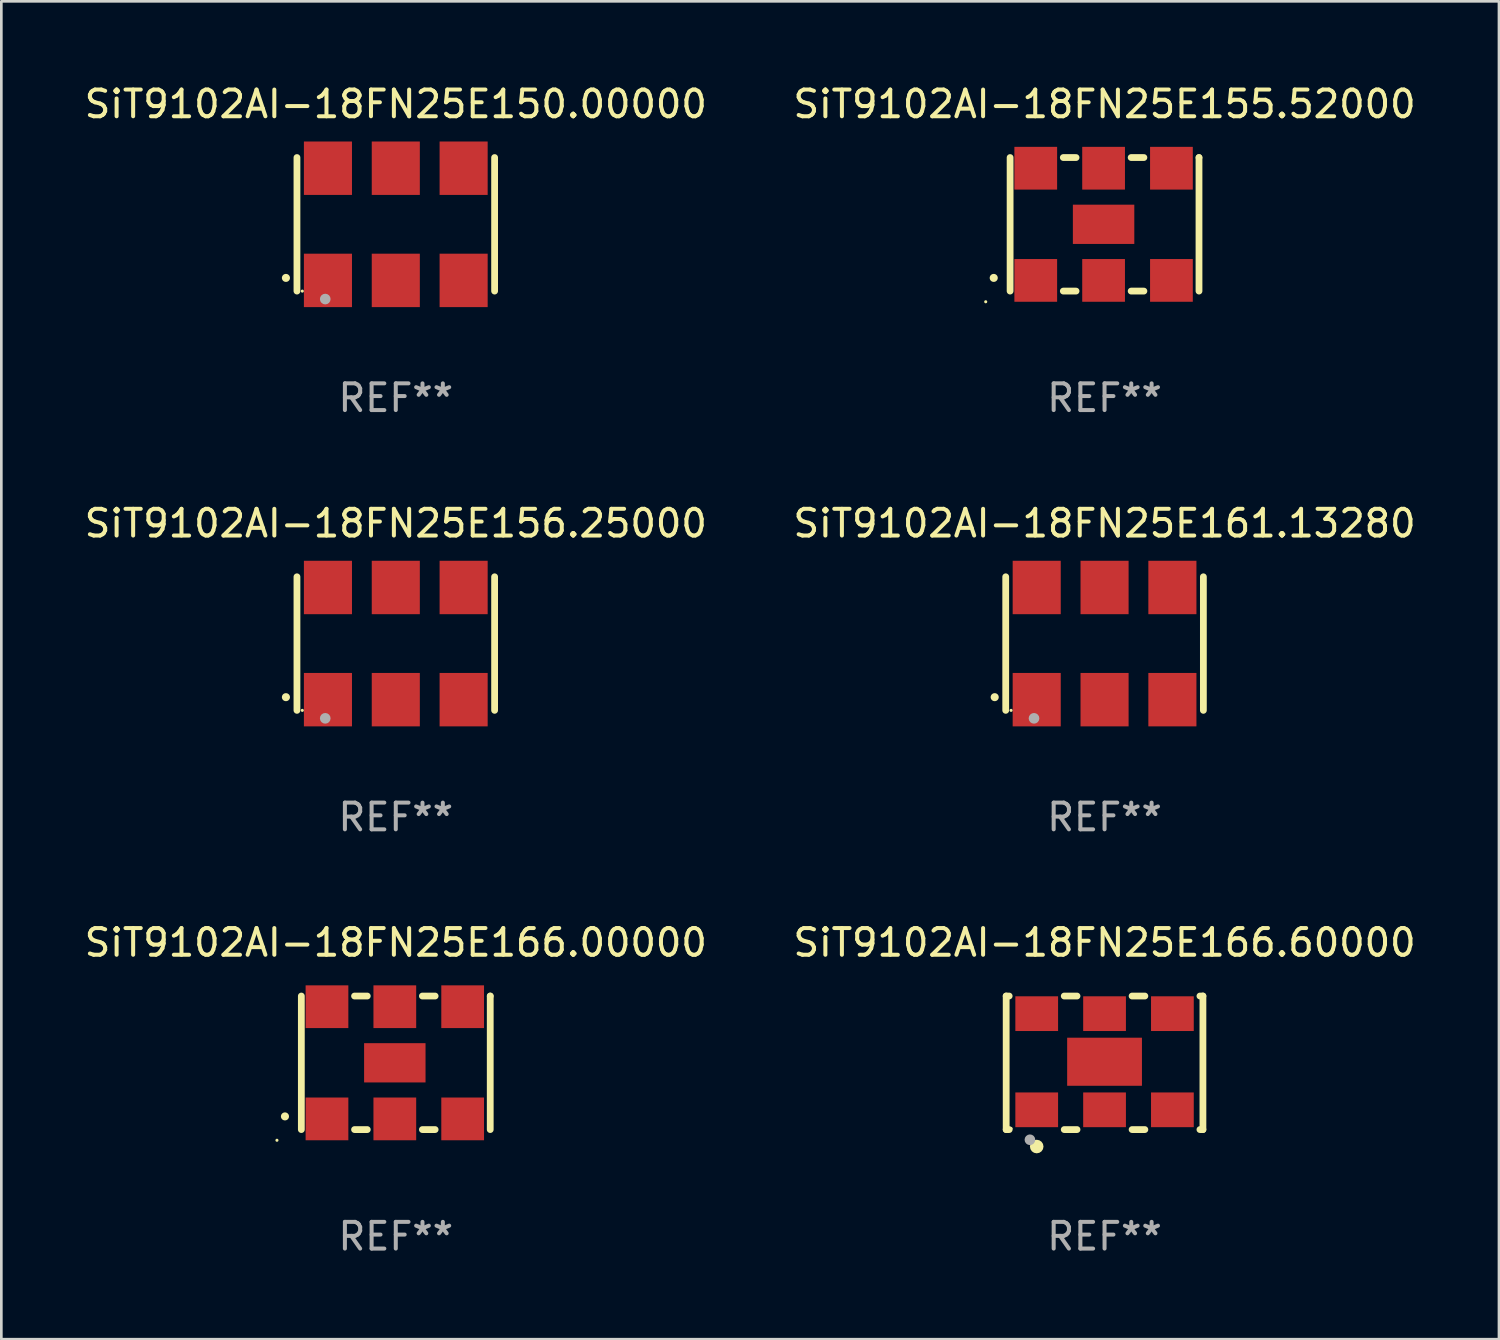
<source format=kicad_pcb>
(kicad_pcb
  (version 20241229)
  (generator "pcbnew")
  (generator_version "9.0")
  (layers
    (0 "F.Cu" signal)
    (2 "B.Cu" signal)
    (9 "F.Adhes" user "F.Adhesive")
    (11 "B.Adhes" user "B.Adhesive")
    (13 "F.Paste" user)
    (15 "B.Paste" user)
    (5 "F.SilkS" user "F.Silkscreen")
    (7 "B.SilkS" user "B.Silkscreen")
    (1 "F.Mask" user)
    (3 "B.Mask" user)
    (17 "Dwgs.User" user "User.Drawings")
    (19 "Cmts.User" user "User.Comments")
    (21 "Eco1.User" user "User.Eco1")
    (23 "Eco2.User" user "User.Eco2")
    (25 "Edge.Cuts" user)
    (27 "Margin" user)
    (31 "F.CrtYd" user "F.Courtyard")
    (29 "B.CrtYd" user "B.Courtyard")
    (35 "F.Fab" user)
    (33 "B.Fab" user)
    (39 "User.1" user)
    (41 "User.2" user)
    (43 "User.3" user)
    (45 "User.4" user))
  (footprint "SiT9102AI-18FN25E166.60000"
    (layer "F.Cu")
    (at 38.304 36.741)
    (property "Reference" "SiT9102AI-18FN25E166.60000" (at 0 -4.5 0) (layer "F.SilkS") (effects (font (size 1 1) (thickness 0.15))))
    (attr through_hole)
    (fp_line (start -3.683 -2.5) (end -3.571 -2.5) (stroke (width 0.254) (type solid)) (layer "F.SilkS"))
    (fp_line (start -3.683 2.5) (end -3.683 -2.5) (stroke (width 0.254) (type solid)) (layer "F.SilkS"))
    (fp_line (start -3.683 2.5) (end -3.571 2.5) (stroke (width 0.254) (type solid)) (layer "F.SilkS"))
    (fp_line (start -1.509 -2.5) (end -1.031 -2.5) (stroke (width 0.254) (type solid)) (layer "F.SilkS"))
    (fp_line (start -1.509 2.5) (end -1.031 2.5) (stroke (width 0.254) (type solid)) (layer "F.SilkS"))
    (fp_line (start 1.031 -2.5) (end 1.509 -2.5) (stroke (width 0.254) (type solid)) (layer "F.SilkS"))
    (fp_line (start 1.031 2.5) (end 1.509 2.5) (stroke (width 0.254) (type solid)) (layer "F.SilkS"))
    (fp_line (start 3.571 -2.5) (end 3.683 -2.5) (stroke (width 0.254) (type solid)) (layer "F.SilkS"))
    (fp_line (start 3.571 2.5) (end 3.683 2.5) (stroke (width 0.254) (type solid)) (layer "F.SilkS"))
    (fp_line (start 3.683 2.5) (end 3.683 -2.5) (stroke (width 0.254) (type solid)) (layer "F.SilkS"))
    (fp_circle (center -3.5 2.46) (end -3.47 2.46) (stroke (width 0.06) (type solid)) (fill no) (layer "F.SilkS"))
    (fp_circle (center -2.54 3.135) (end -2.413 3.135) (stroke (width 0.254) (type solid)) (fill no) (layer "F.SilkS"))
    (fp_circle (center -2.794 2.881) (end -2.694 2.881) (stroke (width 0.2) (type solid)) (fill no) (layer "F.Fab"))
    (fp_text user "REF**" (at 0 6.5 0) (layer "F.Fab") (effects (font (size 1 1) (thickness 0.15))))
    (pad "1" smd rect (at -2.54 1.76) (size 1.6 1.3) (layers "F.Cu" "F.Mask" "F.Paste"))
    (pad "2" smd rect (at 0 1.76) (size 1.6 1.3) (layers "F.Cu" "F.Mask" "F.Paste"))
    (pad "3" smd rect (at 2.54 1.76) (size 1.6 1.3) (layers "F.Cu" "F.Mask" "F.Paste"))
    (pad "4" smd rect (at 2.54 -1.84) (size 1.6 1.3) (layers "F.Cu" "F.Mask" "F.Paste"))
    (pad "5" smd rect (at 0 -1.84) (size 1.6 1.3) (layers "F.Cu" "F.Mask" "F.Paste"))
    (pad "6" smd rect (at -2.54 -1.84) (size 1.6 1.3) (layers "F.Cu" "F.Mask" "F.Paste"))
    (pad "7" smd rect (at 0 -0.04) (size 2.8 1.8) (layers "F.Cu" "F.Mask" "F.Paste")))
  (footprint "SiT9102AI-18FN25E156.25000"
    (layer "F.Cu")
    (at 11.768 21.045)
    (property "Reference" "SiT9102AI-18FN25E156.25000" (at 0 -4.5 0) (layer "F.SilkS") (effects (font (size 1 1) (thickness 0.15))))
    (attr through_hole)
    (fp_line (start -3.7 -2.5) (end -3.7 2.5) (stroke (width 0.254) (type solid)) (layer "F.SilkS"))
    (fp_line (start 3.7 -2.5) (end 3.7 2.5) (stroke (width 0.254) (type solid)) (layer "F.SilkS"))
    (fp_arc (start -4.114415 2.006604) (mid -4.113145 2.006599) (end -4.111875 2.006604) (stroke (width 0.3) (type solid)) (layer "F.SilkS"))
    (fp_circle (center -3.5 2.501) (end -3.47 2.501) (stroke (width 0.06) (type solid)) (fill no) (layer "F.SilkS"))
    (fp_circle (center -2.641 2.799) (end -2.541 2.799) (stroke (width 0.2) (type solid)) (fill no) (layer "F.Fab"))
    (fp_text user "REF**" (at 0 6.5 0) (layer "F.Fab") (effects (font (size 1 1) (thickness 0.15))))
    (pad "1" smd rect (at -2.54 2.1) (size 1.8 2) (layers "F.Cu" "F.Mask" "F.Paste"))
    (pad "2" smd rect (at 0.000394 2.1) (size 1.8 2) (layers "F.Cu" "F.Mask" "F.Paste"))
    (pad "3" smd rect (at 2.54 2.1) (size 1.8 2) (layers "F.Cu" "F.Mask" "F.Paste"))
    (pad "4" smd rect (at 2.54 -2.1) (size 1.8 2) (layers "F.Cu" "F.Mask" "F.Paste"))
    (pad "5" smd rect (at 0.000394 -2.1) (size 1.8 2) (layers "F.Cu" "F.Mask" "F.Paste"))
    (pad "6" smd rect (at -2.54 -2.1) (size 1.8 2) (layers "F.Cu" "F.Mask" "F.Paste")))
  (footprint "SiT9102AI-18FN25E150.00000"
    (layer "F.Cu")
    (at 11.768 5.348)
    (property "Reference" "SiT9102AI-18FN25E150.00000" (at 0 -4.5 0) (layer "F.SilkS") (effects (font (size 1 1) (thickness 0.15))))
    (attr through_hole)
    (fp_line (start -3.7 -2.5) (end -3.7 2.5) (stroke (width 0.254) (type solid)) (layer "F.SilkS"))
    (fp_line (start 3.7 -2.5) (end 3.7 2.5) (stroke (width 0.254) (type solid)) (layer "F.SilkS"))
    (fp_arc (start -4.114415 2.006604) (mid -4.113145 2.006599) (end -4.111875 2.006604) (stroke (width 0.3) (type solid)) (layer "F.SilkS"))
    (fp_circle (center -3.5 2.501) (end -3.47 2.501) (stroke (width 0.06) (type solid)) (fill no) (layer "F.SilkS"))
    (fp_circle (center -2.641 2.799) (end -2.541 2.799) (stroke (width 0.2) (type solid)) (fill no) (layer "F.Fab"))
    (fp_text user "REF**" (at 0 6.5 0) (layer "F.Fab") (effects (font (size 1 1) (thickness 0.15))))
    (pad "1" smd rect (at -2.54 2.1) (size 1.8 2) (layers "F.Cu" "F.Mask" "F.Paste"))
    (pad "2" smd rect (at 0.000394 2.1) (size 1.8 2) (layers "F.Cu" "F.Mask" "F.Paste"))
    (pad "3" smd rect (at 2.54 2.1) (size 1.8 2) (layers "F.Cu" "F.Mask" "F.Paste"))
    (pad "4" smd rect (at 2.54 -2.1) (size 1.8 2) (layers "F.Cu" "F.Mask" "F.Paste"))
    (pad "5" smd rect (at 0.000394 -2.1) (size 1.8 2) (layers "F.Cu" "F.Mask" "F.Paste"))
    (pad "6" smd rect (at -2.54 -2.1) (size 1.8 2) (layers "F.Cu" "F.Mask" "F.Paste")))
  (footprint "SiT9102AI-18FN25E161.13280"
    (layer "F.Cu")
    (at 38.304 21.045)
    (property "Reference" "SiT9102AI-18FN25E161.13280" (at 0 -4.5 0) (layer "F.SilkS") (effects (font (size 1 1) (thickness 0.15))))
    (attr through_hole)
    (fp_line (start -3.7 -2.5) (end -3.7 2.5) (stroke (width 0.254) (type solid)) (layer "F.SilkS"))
    (fp_line (start 3.7 -2.5) (end 3.7 2.5) (stroke (width 0.254) (type solid)) (layer "F.SilkS"))
    (fp_arc (start -4.114415 2.006604) (mid -4.113145 2.006599) (end -4.111875 2.006604) (stroke (width 0.3) (type solid)) (layer "F.SilkS"))
    (fp_circle (center -3.5 2.501) (end -3.47 2.501) (stroke (width 0.06) (type solid)) (fill no) (layer "F.SilkS"))
    (fp_circle (center -2.641 2.799) (end -2.541 2.799) (stroke (width 0.2) (type solid)) (fill no) (layer "F.Fab"))
    (fp_text user "REF**" (at 0 6.5 0) (layer "F.Fab") (effects (font (size 1 1) (thickness 0.15))))
    (pad "1" smd rect (at -2.54 2.1) (size 1.8 2) (layers "F.Cu" "F.Mask" "F.Paste"))
    (pad "2" smd rect (at 0.000394 2.1) (size 1.8 2) (layers "F.Cu" "F.Mask" "F.Paste"))
    (pad "3" smd rect (at 2.54 2.1) (size 1.8 2) (layers "F.Cu" "F.Mask" "F.Paste"))
    (pad "4" smd rect (at 2.54 -2.1) (size 1.8 2) (layers "F.Cu" "F.Mask" "F.Paste"))
    (pad "5" smd rect (at 0.000394 -2.1) (size 1.8 2) (layers "F.Cu" "F.Mask" "F.Paste"))
    (pad "6" smd rect (at -2.54 -2.1) (size 1.8 2) (layers "F.Cu" "F.Mask" "F.Paste")))
  (footprint "SiT9102AI-18FN25E155.52000"
    (layer "F.Cu")
    (at 38.304 5.348)
    (property "Reference" "SiT9102AI-18FN25E155.52000" (at 0 -4.5 0) (layer "F.SilkS") (effects (font (size 1 1) (thickness 0.15))))
    (attr through_hole)
    (fp_line (start -3.536 -2.5) (end -3.536 2.5) (stroke (width 0.254) (type solid)) (layer "F.SilkS"))
    (fp_line (start -1.544 2.5) (end -1.067 2.5) (stroke (width 0.254) (type solid)) (layer "F.SilkS"))
    (fp_line (start -1.067 -2.5) (end -1.544 -2.5) (stroke (width 0.254) (type solid)) (layer "F.SilkS"))
    (fp_line (start 0.996 2.5) (end 1.473 2.5) (stroke (width 0.254) (type solid)) (layer "F.SilkS"))
    (fp_line (start 1.473 -2.5) (end 0.996 -2.5) (stroke (width 0.254) (type solid)) (layer "F.SilkS"))
    (fp_line (start 3.536 -2.5) (end 3.536 -2.5) (stroke (width 0.254) (type solid)) (layer "F.SilkS"))
    (fp_line (start 3.536 2.5) (end 3.536 -2.5) (stroke (width 0.254) (type solid)) (layer "F.SilkS"))
    (fp_arc (start -4.150432 2.006604) (mid -4.149162 2.006599) (end -4.147892 2.006604) (stroke (width 0.3) (type solid)) (layer "F.SilkS"))
    (fp_circle (center -4.449 2.9) (end -4.419 2.9) (stroke (width 0.06) (type solid)) (fill no) (layer "F.SilkS"))
    (fp_text user "REF**" (at 0 6.5 0) (layer "F.Fab") (effects (font (size 1 1) (thickness 0.15))))
    (pad "1" smd rect (at -2.576 2.1) (size 1.6 1.6) (layers "F.Cu" "F.Mask" "F.Paste"))
    (pad "2" smd rect (at -0.036 2.1) (size 1.6 1.6) (layers "F.Cu" "F.Mask" "F.Paste"))
    (pad "3" smd rect (at 2.504 2.1) (size 1.6 1.6) (layers "F.Cu" "F.Mask" "F.Paste"))
    (pad "4" smd rect (at 2.504 -2.1) (size 1.6 1.6) (layers "F.Cu" "F.Mask" "F.Paste"))
    (pad "5" smd rect (at -0.036 -2.1) (size 1.6 1.6) (layers "F.Cu" "F.Mask" "F.Paste"))
    (pad "6" smd rect (at -2.576 -2.1) (size 1.6 1.6) (layers "F.Cu" "F.Mask" "F.Paste"))
    (pad "7" smd rect (at -0.036 0) (size 2.3 1.47) (layers "F.Cu" "F.Mask" "F.Paste")))
  (footprint "SiT9102AI-18FN25E166.00000"
    (layer "F.Cu")
    (at 11.768 36.741)
    (property "Reference" "SiT9102AI-18FN25E166.00000" (at 0 -4.5 0) (layer "F.SilkS") (effects (font (size 1 1) (thickness 0.15))))
    (attr through_hole)
    (fp_line (start -3.536 -2.5) (end -3.536 2.5) (stroke (width 0.254) (type solid)) (layer "F.SilkS"))
    (fp_line (start -1.544 2.5) (end -1.067 2.5) (stroke (width 0.254) (type solid)) (layer "F.SilkS"))
    (fp_line (start -1.067 -2.5) (end -1.544 -2.5) (stroke (width 0.254) (type solid)) (layer "F.SilkS"))
    (fp_line (start 0.996 2.5) (end 1.473 2.5) (stroke (width 0.254) (type solid)) (layer "F.SilkS"))
    (fp_line (start 1.473 -2.5) (end 0.996 -2.5) (stroke (width 0.254) (type solid)) (layer "F.SilkS"))
    (fp_line (start 3.536 -2.5) (end 3.536 -2.5) (stroke (width 0.254) (type solid)) (layer "F.SilkS"))
    (fp_line (start 3.536 2.5) (end 3.536 -2.5) (stroke (width 0.254) (type solid)) (layer "F.SilkS"))
    (fp_arc (start -4.150432 2.006604) (mid -4.149162 2.006599) (end -4.147892 2.006604) (stroke (width 0.3) (type solid)) (layer "F.SilkS"))
    (fp_circle (center -4.449 2.9) (end -4.419 2.9) (stroke (width 0.06) (type solid)) (fill no) (layer "F.SilkS"))
    (fp_text user "REF**" (at 0 6.5 0) (layer "F.Fab") (effects (font (size 1 1) (thickness 0.15))))
    (pad "1" smd rect (at -2.576 2.1) (size 1.6 1.6) (layers "F.Cu" "F.Mask" "F.Paste"))
    (pad "2" smd rect (at -0.036 2.1) (size 1.6 1.6) (layers "F.Cu" "F.Mask" "F.Paste"))
    (pad "3" smd rect (at 2.504 2.1) (size 1.6 1.6) (layers "F.Cu" "F.Mask" "F.Paste"))
    (pad "4" smd rect (at 2.504 -2.1) (size 1.6 1.6) (layers "F.Cu" "F.Mask" "F.Paste"))
    (pad "5" smd rect (at -0.036 -2.1) (size 1.6 1.6) (layers "F.Cu" "F.Mask" "F.Paste"))
    (pad "6" smd rect (at -2.576 -2.1) (size 1.6 1.6) (layers "F.Cu" "F.Mask" "F.Paste"))
    (pad "7" smd rect (at -0.036 0) (size 2.3 1.47) (layers "F.Cu" "F.Mask" "F.Paste")))
  (gr_rect
    (start -3 -3)
    (end 53.071 47.09)
    (stroke (width 0.1) (type default))
    (fill no)
    (layer "Edge.Cuts")))
</source>
